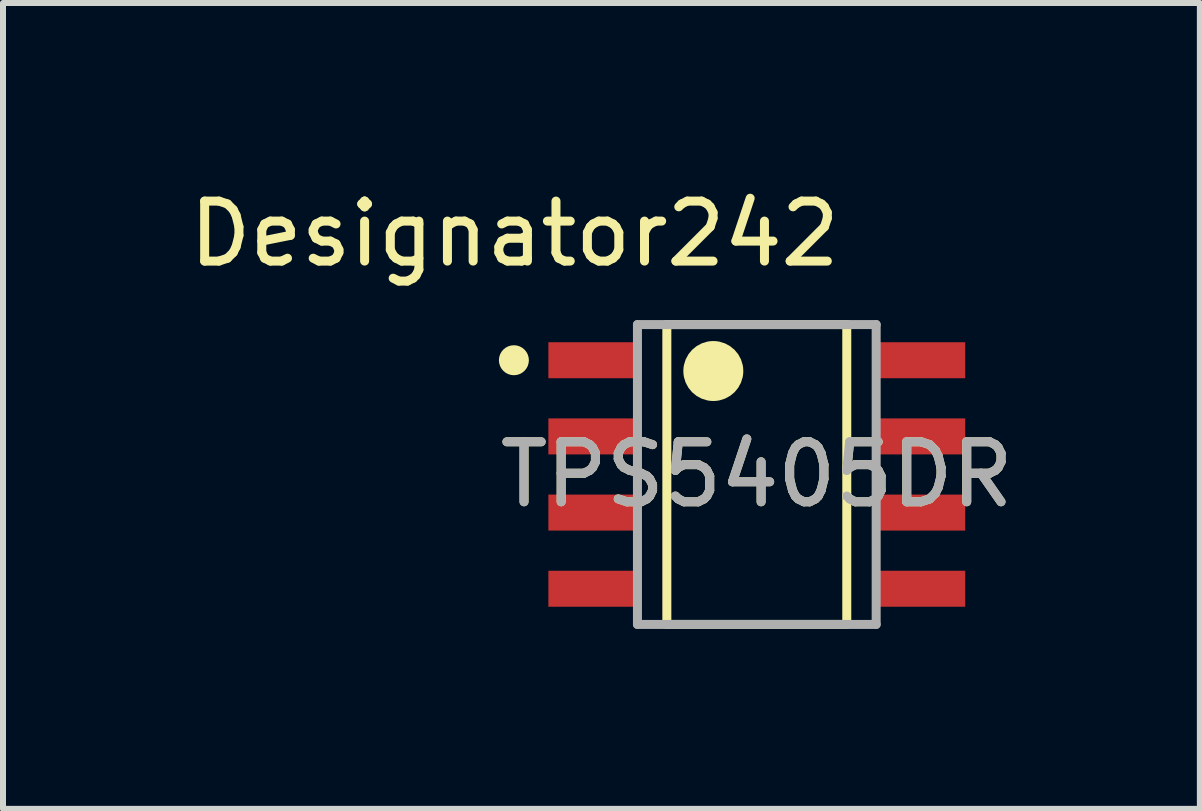
<source format=kicad_pcb>
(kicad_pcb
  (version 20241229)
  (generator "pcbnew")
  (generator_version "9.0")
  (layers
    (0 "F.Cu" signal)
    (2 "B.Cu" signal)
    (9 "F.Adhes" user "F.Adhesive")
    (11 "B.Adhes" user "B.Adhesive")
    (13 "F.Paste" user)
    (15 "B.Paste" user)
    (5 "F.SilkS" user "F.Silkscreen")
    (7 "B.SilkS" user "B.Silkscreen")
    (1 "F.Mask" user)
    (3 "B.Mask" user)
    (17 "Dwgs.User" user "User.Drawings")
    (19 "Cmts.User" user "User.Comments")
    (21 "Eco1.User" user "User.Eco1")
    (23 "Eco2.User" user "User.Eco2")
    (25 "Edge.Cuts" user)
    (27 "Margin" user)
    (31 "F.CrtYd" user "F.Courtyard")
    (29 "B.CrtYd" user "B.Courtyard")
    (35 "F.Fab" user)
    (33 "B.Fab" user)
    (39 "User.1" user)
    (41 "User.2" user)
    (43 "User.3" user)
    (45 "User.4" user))
  (footprint "TPS5405DR"
    (layer "F.Cu")
    (at 9.568 4.861)
    (property "Reference" "TPS5405DR" (at 0 0 0) (unlocked yes) (layer "F.SilkS") (effects (font (size 1 1) (thickness 0.15))))
    (attr smd)
    (fp_line (start -1.5 -2.5) (end 1.5 -2.5) (stroke (width 0.15) (type solid)) (layer "F.SilkS"))
    (fp_line (start -1.5 2.5) (end -1.5 -2.5) (stroke (width 0.15) (type solid)) (layer "F.SilkS"))
    (fp_line (start -1.5 2.5) (end 1.5 2.5) (stroke (width 0.15) (type solid)) (layer "F.SilkS"))
    (fp_line (start 1.5 2.5) (end 1.5 -2.5) (stroke (width 0.15) (type solid)) (layer "F.SilkS"))
    (fp_circle (center -4.05 -1.905) (end -3.925 -1.905) (stroke (width 0.25) (type solid)) (fill no) (layer "F.SilkS"))
    (fp_circle (center -0.725 -1.725) (end -0.475 -1.725) (stroke (width 0.5) (type solid)) (fill no) (layer "F.SilkS"))
    (fp_line (start -1.99 -2.5) (end 1.99 -2.5) (stroke (width 0.15) (type solid)) (layer "F.Fab"))
    (fp_line (start -1.99 2.5) (end -1.99 -2.5) (stroke (width 0.15) (type solid)) (layer "F.Fab"))
    (fp_line (start -1.99 2.5) (end 1.99 2.5) (stroke (width 0.15) (type solid)) (layer "F.Fab"))
    (fp_line (start 1.99 2.5) (end 1.99 -2.5) (stroke (width 0.15) (type solid)) (layer "F.Fab"))
    (fp_text user "Designator242" (at -4.039 -4.013 0) (unlocked yes) (layer "F.SilkS") (effects (font (size 1 1) (thickness 0.15))))
    (fp_text user "${REFERENCE}" (at 0 0 0) (unlocked yes) (layer "F.Fab") (effects (font (size 1 1) (thickness 0.15))))
    (pad "1" smd rect (at -2.7 -1.905) (size 1.55 0.6) (layers "F.Cu" "F.Mask" "F.Paste"))
    (pad "2" smd rect (at -2.7 -0.635) (size 1.55 0.6) (layers "F.Cu" "F.Mask" "F.Paste"))
    (pad "3" smd rect (at -2.7 0.635) (size 1.55 0.6) (layers "F.Cu" "F.Mask" "F.Paste"))
    (pad "4" smd rect (at -2.7 1.905) (size 1.55 0.6) (layers "F.Cu" "F.Mask" "F.Paste"))
    (pad "5" smd rect (at 2.7 1.905) (size 1.55 0.6) (layers "F.Cu" "F.Mask" "F.Paste"))
    (pad "6" smd rect (at 2.7 0.635) (size 1.55 0.6) (layers "F.Cu" "F.Mask" "F.Paste"))
    (pad "7" smd rect (at 2.7 -0.635) (size 1.55 0.6) (layers "F.Cu" "F.Mask" "F.Paste"))
    (pad "8" smd rect (at 2.7 -1.905) (size 1.55 0.6) (layers "F.Cu" "F.Mask" "F.Paste")))
  (gr_rect
    (start -3 -3)
    (end 16.955 10.436)
    (stroke (width 0.1) (type default))
    (fill no)
    (layer "Edge.Cuts")))
</source>
